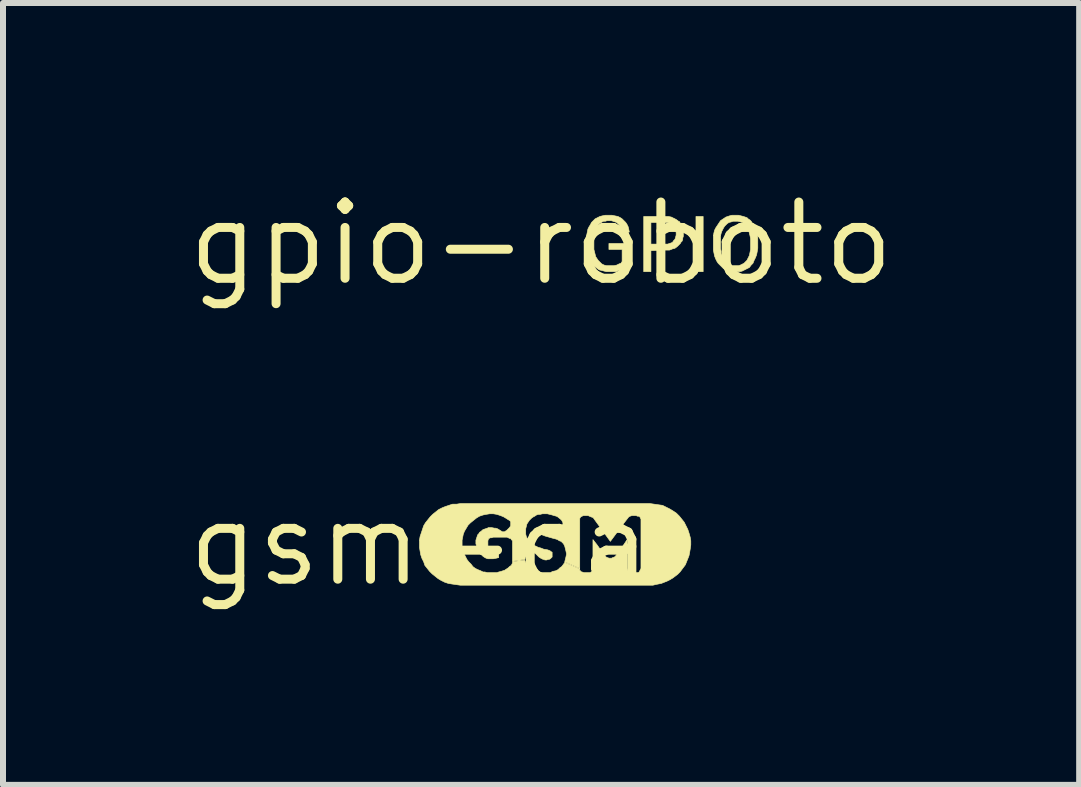
<source format=kicad_pcb>
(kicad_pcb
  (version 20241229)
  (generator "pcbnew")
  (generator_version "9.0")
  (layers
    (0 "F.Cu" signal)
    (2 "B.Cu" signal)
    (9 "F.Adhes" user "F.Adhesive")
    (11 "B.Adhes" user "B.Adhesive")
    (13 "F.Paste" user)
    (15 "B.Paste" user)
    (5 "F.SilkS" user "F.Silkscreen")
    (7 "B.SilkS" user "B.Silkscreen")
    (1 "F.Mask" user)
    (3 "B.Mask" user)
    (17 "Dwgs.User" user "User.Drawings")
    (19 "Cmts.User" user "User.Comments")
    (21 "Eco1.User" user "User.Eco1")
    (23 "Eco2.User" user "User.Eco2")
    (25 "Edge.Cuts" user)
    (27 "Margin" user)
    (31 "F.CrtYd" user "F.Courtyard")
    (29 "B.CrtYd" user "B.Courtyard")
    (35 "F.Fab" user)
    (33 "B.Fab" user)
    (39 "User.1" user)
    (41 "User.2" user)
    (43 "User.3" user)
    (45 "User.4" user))
  (footprint "gsm-ca"
    (layer "F.Cu")
    (at 3.938 6.019)
    (property "Reference" "gsm-ca" (at 0 0 0) (layer "F.SilkS") (effects (font (size 1.27 1.27) (thickness 0.15))))
    (attr board_only exclude_from_pos_files exclude_from_bom)
    (fp_poly (pts (xy 0.68 -0.68) (xy 0.62 -0.67) (xy 0.55 -0.67) (xy 0.49 -0.65) (xy 0.43 -0.63) (xy 0.38 -0.61) (xy 0.32 -0.58) (xy 0.27 -0.54) (xy 0.22 -0.5) (xy 0.18 -0.46) (xy 0.14 -0.41) (xy 0.1 -0.36) (xy 0.07 -0.31) (xy 0.05 -0.25) (xy 0.03 -0.19) (xy 0.01 -0.13) (xy 0 -0.07) (xy 0 -0.01) (xy 0 0.05) (xy 0.01 0.11) (xy 0.02 0.17) (xy 0.04 0.23) (xy 0.07 0.29) (xy 0.09 0.35) (xy 0.13 0.4) (xy 0.17 0.45) (xy 0.21 0.49) (xy 0.26 0.53) (xy 0.31 0.57) (xy 0.36 0.6) (xy 0.42 0.63) (xy 0.48 0.65) (xy 0.54 0.66) (xy 0.61 0.67) (xy 0.68 0.68) (xy 3.84 0.68) (xy 3.89 0.68) (xy 3.93 0.67) (xy 3.98 0.66) (xy 4.03 0.65) (xy 4.08 0.63) (xy 4.13 0.61) (xy 4.17 0.59) (xy 4.22 0.56) (xy 4.26 0.53) (xy 4.3 0.5) (xy 4.34 0.46) (xy 4.37 0.42) (xy 4.4 0.38) (xy 4.43 0.34) (xy 4.45 0.29) (xy 4.47 0.24) (xy 4.49 0.19) (xy 4.5 0.14) (xy 4.51 0.08) (xy 4.52 0.01) (xy 4.52 -0.06) (xy 4.51 -0.12) (xy 4.49 -0.19) (xy 4.47 -0.25) (xy 4.44 -0.31) (xy 4.41 -0.37) (xy 4.37 -0.42) (xy 4.33 -0.47) (xy 4.28 -0.52) (xy 4.22 -0.56) (xy 4.17 -0.59) (xy 4.11 -0.62) (xy 4.05 -0.65) (xy 3.98 -0.66) (xy 3.91 -0.67) (xy 3.84 -0.68) (xy 0.68 -0.68) (xy 0.9 -0.4) (xy 0.95 -0.44) (xy 1 -0.47) (xy 1.06 -0.49) (xy 1.11 -0.5) (xy 1.17 -0.51) (xy 1.23 -0.51) (xy 1.29 -0.5) (xy 1.35 -0.48) (xy 1.4 -0.46) (xy 1.45 -0.43) (xy 1.48 -0.41) (xy 1.5 -0.4) (xy 1.52 -0.38) (xy 1.52 -0.36) (xy 1.52 -0.34) (xy 1.52 -0.31) (xy 1.5 -0.28) (xy 1.48 -0.26) (xy 1.45 -0.23) (xy 1.43 -0.22) (xy 1.42 -0.21) (xy 1.4 -0.21) (xy 1.38 -0.21) (xy 1.35 -0.23) (xy 1.3 -0.26) (xy 1.27 -0.27) (xy 1.25 -0.27) (xy 1.2 -0.28) (xy 1.15 -0.28) (xy 1.13 -0.27) (xy 1.1 -0.26) (xy 1.07 -0.25) (xy 1.05 -0.24) (xy 1.03 -0.22) (xy 1 -0.2) (xy 0.99 -0.18) (xy 0.97 -0.16) (xy 0.96 -0.13) (xy 0.95 -0.1) (xy 0.94 -0.07) (xy 0.94 -0.04) (xy 0.94 -0.01) (xy 0.95 0.02) (xy 0.95 0.05) (xy 0.96 0.08) (xy 0.98 0.11) (xy 0.99 0.14) (xy 1.01 0.16) (xy 1.04 0.18) (xy 1.06 0.2) (xy 1.09 0.22) (xy 1.11 0.23) (xy 1.14 0.24) (xy 1.18 0.24) (xy 1.23 0.24) (xy 1.28 0.23) (xy 1.32 0.22) (xy 1.32 0.07) (xy 1.21 0.07) (xy 1.18 0.07) (xy 1.17 0.07) (xy 1.16 0.06) (xy 1.15 0.05) (xy 1.14 0.04) (xy 1.14 0.01) (xy 1.14 -0.04) (xy 1.14 -0.06) (xy 1.15 -0.09) (xy 1.16 -0.1) (xy 1.18 -0.11) (xy 1.2 -0.11) (xy 1.23 -0.12) (xy 1.46 -0.12) (xy 1.48 -0.11) (xy 1.5 -0.1) (xy 1.52 -0.1) (xy 1.53 -0.08) (xy 1.54 -0.07) (xy 1.55 -0.06) (xy 1.55 -0.04) (xy 1.55 -0.02) (xy 1.55 0.28) (xy 1.75 0.25) (xy 1.76 0.24) (xy 1.76 0.22) (xy 1.77 0.21) (xy 1.8 0.17) (xy 1.82 0.16) (xy 1.84 0.14) (xy 1.86 0.14) (xy 1.88 0.14) (xy 1.89 0.14) (xy 1.91 0.14) (xy 1.94 0.16) (xy 1.99 0.21) (xy 2.02 0.23) (xy 2.06 0.25) (xy 2.07 0.25) (xy 2.09 0.26) (xy 2.12 0.26) (xy 2.14 0.25) (xy 2.16 0.25) (xy 2.18 0.24) (xy 2.2 0.22) (xy 2.21 0.21) (xy 2.21 0.19) (xy 2.21 0.17) (xy 2.21 0.15) (xy 2.21 0.13) (xy 2.19 0.12) (xy 2.18 0.11) (xy 2.16 0.1) (xy 2.13 0.09) (xy 2.07 0.08) (xy 2.02 0.06) (xy 1.98 0.05) (xy 1.94 0.03) (xy 1.89 0.01) (xy 1.87 -0.01) (xy 1.84 -0.03) (xy 1.82 -0.05) (xy 1.8 -0.09) (xy 1.78 -0.13) (xy 1.77 -0.17) (xy 1.77 -0.21) (xy 1.77 -0.26) (xy 1.78 -0.3) (xy 1.79 -0.34) (xy 1.81 -0.37) (xy 1.83 -0.4) (xy 1.85 -0.42) (xy 1.87 -0.44) (xy 1.9 -0.46) (xy 1.92 -0.47) (xy 1.95 -0.49) (xy 1.98 -0.5) (xy 2.01 -0.5) (xy 2.05 -0.51) (xy 2.09 -0.51) (xy 2.13 -0.51) (xy 2.17 -0.5) (xy 2.21 -0.49) (xy 2.24 -0.48) (xy 2.28 -0.47) (xy 2.3 -0.46) (xy 2.35 -0.42) (xy 2.37 -0.4) (xy 2.38 -0.38) (xy 2.39 -0.36) (xy 2.39 -0.35) (xy 2.39 -0.34) (xy 2.37 -0.31) (xy 2.35 -0.27) (xy 2.32 -0.24) (xy 2.31 -0.23) (xy 2.29 -0.23) (xy 2.27 -0.22) (xy 2.25 -0.23) (xy 2.23 -0.23) (xy 2.2 -0.25) (xy 2.19 -0.25) (xy 2.17 -0.28) (xy 2.15 -0.29) (xy 2.12 -0.3) (xy 2.08 -0.3) (xy 2.06 -0.29) (xy 2.04 -0.29) (xy 2.03 -0.28) (xy 2.02 -0.27) (xy 2.01 -0.26) (xy 2 -0.24) (xy 2 -0.23) (xy 2 -0.21) (xy 2 -0.19) (xy 2.01 -0.18) (xy 2.02 -0.17) (xy 2.04 -0.16) (xy 2.09 -0.14) (xy 2.23 -0.1) (xy 2.27 -0.09) (xy 2.3 -0.08) (xy 2.33 -0.06) (xy 2.36 -0.05) (xy 2.38 -0.03) (xy 2.4 -0.01) (xy 2.42 0.03) (xy 2.43 0.07) (xy 2.44 0.11) (xy 2.45 0.16) (xy 2.44 0.21) (xy 2.43 0.25) (xy 2.42 0.29) (xy 2.67 0.4) (xy 2.67 -0.41) (xy 2.67 -0.42) (xy 2.67 -0.43) (xy 2.68 -0.45) (xy 2.69 -0.46) (xy 2.71 -0.47) (xy 2.73 -0.48) (xy 2.76 -0.48) (xy 2.79 -0.48) (xy 2.81 -0.48) (xy 2.83 -0.47) (xy 2.88 -0.45) (xy 2.89 -0.45) (xy 3.18 -0.05) (xy 3.38 -0.32) (xy 3.48 -0.45) (xy 3.49 -0.46) (xy 3.51 -0.47) (xy 3.54 -0.48) (xy 3.57 -0.48) (xy 3.61 -0.48) (xy 3.63 -0.47) (xy 3.65 -0.47) (xy 3.67 -0.46) (xy 3.68 -0.44) (xy 3.69 -0.42) (xy 3.69 -0.41) (xy 3.69 0.36) (xy 3.69 0.4) (xy 3.68 0.42) (xy 3.67 0.44) (xy 3.66 0.46) (xy 3.64 0.47) (xy 3.62 0.47) (xy 3.58 0.47) (xy 3.54 0.47) (xy 3.52 0.47) (xy 3.5 0.46) (xy 3.48 0.44) (xy 3.47 0.43) (xy 3.46 0.4) (xy 3.46 0.37) (xy 3.46 -0.08) (xy 3.4 0.01) (xy 3.27 0.19) (xy 3.25 0.21) (xy 3.22 0.22) (xy 3.2 0.23) (xy 3.18 0.23) (xy 3.16 0.23) (xy 3.13 0.22) (xy 3.11 0.21) (xy 3.09 0.19) (xy 3.08 0.18) (xy 2.96 0.01) (xy 2.89 -0.08) (xy 2.89 0.41) (xy 2.89 0.42) (xy 2.88 0.44) (xy 2.86 0.46) (xy 2.84 0.47) (xy 2.82 0.47) (xy 2.77 0.47) (xy 2.74 0.47) (xy 2.71 0.46) (xy 2.7 0.46) (xy 2.69 0.45) (xy 2.67 0.43) (xy 2.67 0.41) (xy 2.42 0.3) (xy 2.4 0.33) (xy 2.37 0.37) (xy 2.34 0.39) (xy 2.31 0.42) (xy 2.27 0.44) (xy 2.22 0.45) (xy 2.18 0.47) (xy 2.14 0.47) (xy 2.09 0.47) (xy 2.05 0.47) (xy 2 0.46) (xy 1.96 0.45) (xy 1.93 0.44) (xy 1.91 0.43) (xy 1.84 0.38) (xy 1.82 0.36) (xy 1.8 0.34) (xy 1.79 0.33) (xy 1.77 0.3) (xy 1.76 0.28) (xy 1.75 0.26) (xy 1.55 0.29) (xy 1.55 0.31) (xy 1.54 0.33) (xy 1.53 0.35) (xy 1.5 0.37) (xy 1.48 0.39) (xy 1.45 0.41) (xy 1.42 0.43) (xy 1.39 0.44) (xy 1.36 0.45) (xy 1.32 0.46) (xy 1.29 0.47) (xy 1.25 0.47) (xy 1.2 0.47) (xy 1.16 0.47) (xy 1.13 0.47) (xy 1.09 0.46) (xy 1.06 0.46) (xy 1.02 0.44) (xy 0.97 0.42) (xy 0.93 0.4) (xy 0.89 0.37) (xy 0.86 0.33) (xy 0.82 0.29) (xy 0.79 0.25) (xy 0.77 0.21) (xy 0.75 0.17) (xy 0.73 0.13) (xy 0.72 0.08) (xy 0.71 0.03) (xy 0.71 -0.02) (xy 0.71 -0.07) (xy 0.72 -0.12) (xy 0.73 -0.17) (xy 0.75 -0.22) (xy 0.78 -0.27) (xy 0.81 -0.32) (xy 0.85 -0.36) (xy 0.9 -0.4) (xy 0.68 -0.68)) (stroke (width 0.01) (type solid)) (fill yes) (layer "F.SilkS")))
  (footprint "gpio-roboto"
    (layer "F.Cu")
    (at 5.964 1.006)
    (property "Reference" "gpio-roboto" (at 0 0 0) (layer "F.SilkS") (effects (font (size 1.27 1.27) (thickness 0.15))))
    (attr board_only exclude_from_pos_files exclude_from_bom)
    (fp_poly (pts (xy 2.7 0.47) (xy 2.7 -0.45) (xy 2.58 -0.45) (xy 2.58 0.47) (xy 2.7 0.47)) (stroke (width 0.01) (type solid)) (fill yes) (layer "F.SilkS"))
    (fp_poly (pts (xy 1.83 0.12) (xy 2.06 0.11) (xy 2.1 0.11) (xy 2.14 0.11) (xy 2.19 0.09) (xy 2.23 0.08) (xy 2.27 0.05) (xy 2.3 0.02) (xy 2.32 0) (xy 2.33 -0.02) (xy 2.35 -0.04) (xy 2.36 -0.07) (xy 2.36 -0.09) (xy 2.37 -0.12) (xy 2.37 -0.15) (xy 2.37 -0.18) (xy 2.37 -0.21) (xy 2.36 -0.24) (xy 2.36 -0.27) (xy 2.35 -0.29) (xy 2.34 -0.31) (xy 2.32 -0.33) (xy 2.31 -0.36) (xy 2.29 -0.37) (xy 2.25 -0.4) (xy 2.21 -0.42) (xy 2.17 -0.44) (xy 2.12 -0.45) (xy 2.05 -0.45) (xy 2.05 -0.35) (xy 2.09 -0.35) (xy 2.13 -0.34) (xy 2.17 -0.32) (xy 2.19 -0.3) (xy 2.22 -0.28) (xy 2.23 -0.25) (xy 2.24 -0.22) (xy 2.25 -0.18) (xy 2.25 -0.14) (xy 2.24 -0.1) (xy 2.23 -0.07) (xy 2.21 -0.05) (xy 2.19 -0.02) (xy 2.17 -0.01) (xy 2.14 0) (xy 2.11 0.01) (xy 2.08 0.01) (xy 2.05 0.01) (xy 1.83 0.01) (xy 1.83 -0.35) (xy 2.05 -0.35) (xy 2.05 -0.45) (xy 1.71 -0.45) (xy 1.71 0.47) (xy 1.83 0.47) (xy 1.83 0.12)) (stroke (width 0.01) (type solid)) (fill yes) (layer "F.SilkS"))
    (fp_poly (pts (xy 1.47 0.34) (xy 1.47 0) (xy 1.13 0) (xy 1.13 0.1) (xy 1.35 0.1) (xy 1.35 0.3) (xy 1.33 0.33) (xy 1.3 0.34) (xy 1.28 0.35) (xy 1.26 0.36) (xy 1.21 0.37) (xy 1.14 0.37) (xy 1.09 0.37) (xy 1.05 0.36) (xy 1.01 0.34) (xy 0.98 0.31) (xy 0.95 0.28) (xy 0.93 0.25) (xy 0.91 0.22) (xy 0.9 0.18) (xy 0.89 0.14) (xy 0.88 0.1) (xy 0.88 0.06) (xy 0.88 -0.07) (xy 0.88 -0.11) (xy 0.89 -0.15) (xy 0.9 -0.19) (xy 0.91 -0.22) (xy 0.92 -0.25) (xy 0.94 -0.28) (xy 0.95 -0.31) (xy 0.97 -0.33) (xy 0.99 -0.34) (xy 1.02 -0.36) (xy 1.04 -0.37) (xy 1.07 -0.37) (xy 1.1 -0.38) (xy 1.14 -0.38) (xy 1.17 -0.38) (xy 1.2 -0.37) (xy 1.23 -0.36) (xy 1.26 -0.35) (xy 1.28 -0.33) (xy 1.3 -0.31) (xy 1.32 -0.28) (xy 1.33 -0.26) (xy 1.34 -0.22) (xy 1.35 -0.19) (xy 1.47 -0.19) (xy 1.46 -0.24) (xy 1.45 -0.28) (xy 1.43 -0.32) (xy 1.41 -0.35) (xy 1.38 -0.38) (xy 1.35 -0.41) (xy 1.32 -0.43) (xy 1.28 -0.45) (xy 1.23 -0.46) (xy 1.18 -0.47) (xy 1.12 -0.47) (xy 1.07 -0.47) (xy 1.02 -0.46) (xy 0.98 -0.45) (xy 0.94 -0.43) (xy 0.9 -0.41) (xy 0.87 -0.38) (xy 0.84 -0.35) (xy 0.82 -0.31) (xy 0.8 -0.28) (xy 0.78 -0.24) (xy 0.77 -0.19) (xy 0.76 -0.14) (xy 0.75 -0.09) (xy 0.75 -0.05) (xy 0.75 0.04) (xy 0.76 0.1) (xy 0.77 0.15) (xy 0.78 0.2) (xy 0.8 0.25) (xy 0.82 0.3) (xy 0.85 0.34) (xy 0.87 0.37) (xy 0.9 0.39) (xy 0.94 0.42) (xy 0.97 0.44) (xy 1.01 0.45) (xy 1.05 0.46) (xy 1.09 0.47) (xy 1.14 0.47) (xy 1.19 0.47) (xy 1.25 0.47) (xy 1.29 0.45) (xy 1.34 0.44) (xy 1.38 0.42) (xy 1.41 0.4) (xy 1.44 0.37) (xy 1.47 0.34)) (stroke (width 0.01) (type solid)) (fill yes) (layer "F.SilkS"))
    (fp_poly (pts (xy 3.61 0.03) (xy 3.61 -0.07) (xy 3.61 -0.11) (xy 3.6 -0.15) (xy 3.59 -0.18) (xy 3.58 -0.22) (xy 3.57 -0.25) (xy 3.55 -0.29) (xy 3.54 -0.32) (xy 3.52 -0.34) (xy 3.5 -0.37) (xy 3.48 -0.39) (xy 3.45 -0.41) (xy 3.43 -0.43) (xy 3.4 -0.44) (xy 3.37 -0.45) (xy 3.33 -0.46) (xy 3.29 -0.47) (xy 3.26 -0.47) (xy 3.22 -0.47) (xy 3.18 -0.47) (xy 3.14 -0.46) (xy 3.11 -0.45) (xy 3.08 -0.44) (xy 3.05 -0.42) (xy 3.02 -0.4) (xy 2.99 -0.38) (xy 2.97 -0.35) (xy 2.95 -0.32) (xy 2.93 -0.29) (xy 2.91 -0.26) (xy 2.89 -0.22) (xy 2.88 -0.18) (xy 2.87 -0.13) (xy 2.87 -0.08) (xy 2.87 -0.03) (xy 2.87 0.05) (xy 2.87 0.11) (xy 2.88 0.16) (xy 2.89 0.21) (xy 2.91 0.26) (xy 2.93 0.3) (xy 2.95 0.33) (xy 2.98 0.36) (xy 3.01 0.39) (xy 3.04 0.42) (xy 3.08 0.44) (xy 3.12 0.45) (xy 3.16 0.47) (xy 3.21 0.47) (xy 3.22 0.37) (xy 3.19 0.37) (xy 3.15 0.36) (xy 3.11 0.34) (xy 3.08 0.31) (xy 3.05 0.28) (xy 3.03 0.25) (xy 3.02 0.21) (xy 3 0.17) (xy 3 0.13) (xy 2.99 0.09) (xy 2.99 0.05) (xy 2.99 -0.05) (xy 2.99 -0.09) (xy 2.99 -0.13) (xy 3 -0.17) (xy 3.01 -0.2) (xy 3.03 -0.24) (xy 3.04 -0.26) (xy 3.06 -0.29) (xy 3.08 -0.31) (xy 3.1 -0.33) (xy 3.13 -0.35) (xy 3.17 -0.36) (xy 3.2 -0.37) (xy 3.24 -0.37) (xy 3.28 -0.37) (xy 3.32 -0.36) (xy 3.35 -0.35) (xy 3.38 -0.33) (xy 3.4 -0.3) (xy 3.43 -0.28) (xy 3.45 -0.25) (xy 3.46 -0.21) (xy 3.47 -0.17) (xy 3.48 -0.13) (xy 3.49 -0.08) (xy 3.49 -0.03) (xy 3.49 0.05) (xy 3.49 0.1) (xy 3.48 0.15) (xy 3.47 0.2) (xy 3.45 0.24) (xy 3.43 0.28) (xy 3.4 0.31) (xy 3.38 0.33) (xy 3.36 0.34) (xy 3.34 0.35) (xy 3.32 0.36) (xy 3.29 0.37) (xy 3.27 0.37) (xy 3.24 0.37) (xy 3.22 0.37) (xy 3.21 0.47) (xy 3.26 0.47) (xy 3.31 0.47) (xy 3.35 0.46) (xy 3.39 0.44) (xy 3.43 0.42) (xy 3.47 0.4) (xy 3.5 0.36) (xy 3.53 0.33) (xy 3.55 0.28) (xy 3.57 0.24) (xy 3.59 0.19) (xy 3.6 0.14) (xy 3.61 0.08) (xy 3.61 0.03)) (stroke (width 0.01) (type solid)) (fill yes) (layer "F.SilkS")))
  (gr_rect
    (start -3 -3)
    (end 14.928 10.025)
    (stroke (width 0.1) (type default))
    (fill no)
    (layer "Edge.Cuts")))
</source>
